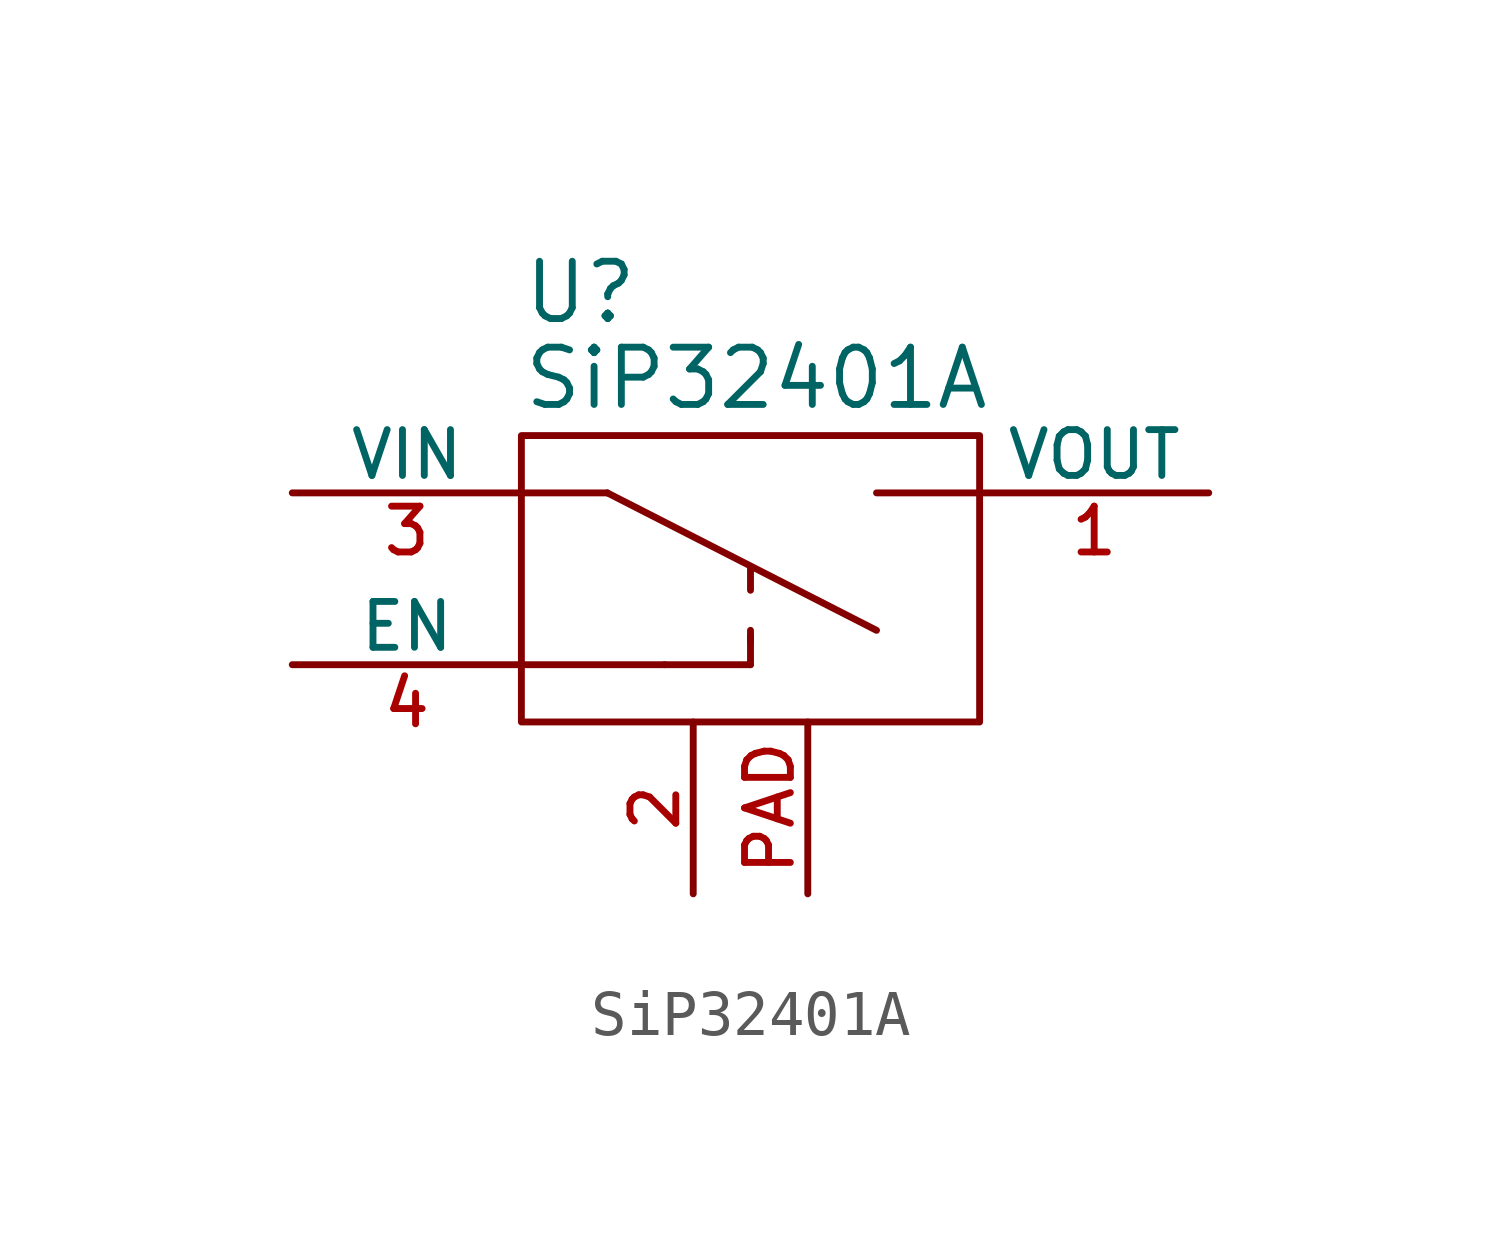
<source format=kicad_sym>
(kicad_symbol_lib
  (version 20211014)
  (generator kicad_symbol_editor)
  (symbol "SiP32401A"
    (pin_names
      (offset 0))
    (property "Reference" "U"
      (at -5.08 9.525 0)
      (effects (font (size 1.27 1.27)) (justify left)))
    (property "Value" "SiP32401A"
      (at -5.08 7.62 0)
      (effects (font (size 1.27 1.27)) (justify left)))
    (symbol "SiP32401A_0_1"
      (rectangle (start -5.08 6.35) (end 5.08 0) (stroke (width 0) (type default) (color 0 0 0 0)) (fill (type none)))
      (polyline (pts (xy -3.175 5.08) (xy -5.08 5.08)) (stroke (width 0) (type default) (color 0 0 0 0)) (fill (type none)))
      (polyline (pts (xy -3.175 5.08) (xy 2.794 2.032)) (stroke (width 0) (type default) (color 0 0 0 0)) (fill (type none)))
      (polyline (pts (xy -1.905 1.27) (xy -5.08 1.27)) (stroke (width 0) (type default) (color 0 0 0 0)) (fill (type none)))
      (polyline (pts (xy -1.905 1.27) (xy 0 1.27)) (stroke (width 0) (type default) (color 0 0 0 0)) (fill (type none)))
      (polyline (pts (xy 0 1.27) (xy 0 1.905)) (stroke (width 0) (type default) (color 0 0 0 0)) (fill (type none)))
      (polyline (pts (xy 0 1.778) (xy 0 2.032)) (stroke (width 0) (type default) (color 0 0 0 0)) (fill (type none)))
      (polyline (pts (xy 0 2.921) (xy 0 3.429)) (stroke (width 0) (type default) (color 0 0 0 0)) (fill (type none)))
      (polyline (pts (xy 5.08 5.08) (xy 2.794 5.08)) (stroke (width 0) (type default) (color 0 0 0 0)) (fill (type none))))
    (symbol "SiP32401A_1_1"
      (pin power_in line (at 10.16 5.08 180) (length 5.08) (name "VOUT" (effects (font (size 1.016 1.016)))) (number "1" (effects (font (size 1.016 1.016)))))
      (pin power_in line (at -1.27 -3.81 90) (length 3.81) (name "~" (effects (font (size 1.016 1.016)))) (number "2" (effects (font (size 1.016 1.016)))))
      (pin power_in line (at -10.16 5.08 0) (length 5.08) (name "VIN" (effects (font (size 1.016 1.016)))) (number "3" (effects (font (size 1.016 1.016)))))
      (pin input line (at -10.16 1.27 0) (length 5.08) (name "EN" (effects (font (size 1.016 1.016)))) (number "4" (effects (font (size 1.016 1.016)))))
      (pin power_in line (at 1.27 -3.81 90) (length 3.81) (name "~" (effects (font (size 1.016 1.016)))) (number "PAD" (effects (font (size 1.016 1.016))))))))
</source>
